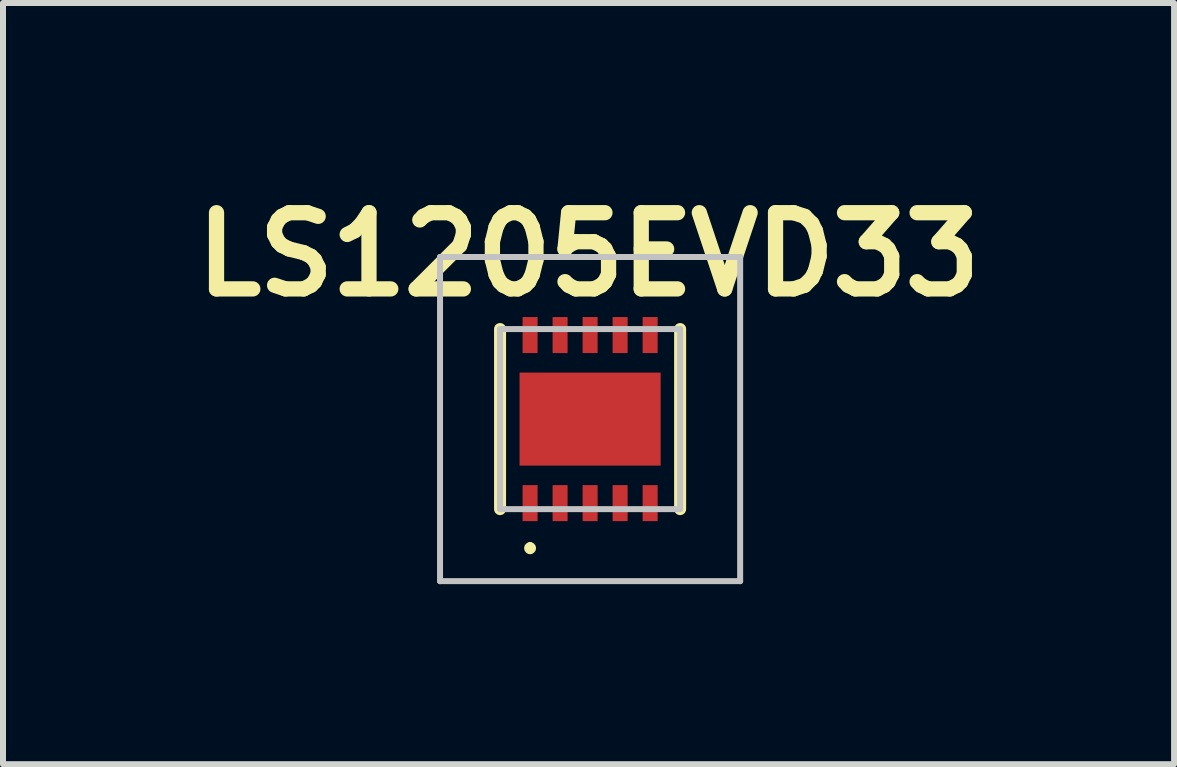
<source format=kicad_pcb>
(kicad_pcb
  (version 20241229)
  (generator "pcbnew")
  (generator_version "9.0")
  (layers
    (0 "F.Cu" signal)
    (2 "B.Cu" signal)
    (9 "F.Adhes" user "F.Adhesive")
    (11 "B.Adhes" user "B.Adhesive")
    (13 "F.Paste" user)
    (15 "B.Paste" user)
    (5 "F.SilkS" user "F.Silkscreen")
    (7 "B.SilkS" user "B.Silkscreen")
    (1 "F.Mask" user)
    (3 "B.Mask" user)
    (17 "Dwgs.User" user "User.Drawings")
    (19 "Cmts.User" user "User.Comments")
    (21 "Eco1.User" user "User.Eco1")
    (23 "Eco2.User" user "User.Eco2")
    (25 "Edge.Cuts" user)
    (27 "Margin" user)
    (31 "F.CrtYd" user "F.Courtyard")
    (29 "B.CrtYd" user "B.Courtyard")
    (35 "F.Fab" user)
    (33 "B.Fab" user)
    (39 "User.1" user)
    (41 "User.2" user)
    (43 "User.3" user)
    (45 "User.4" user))
  (footprint "LS1205EVD33"
    (layer "F.Cu")
    (at 6.781 3.932)
    (property "Reference" "LS1205EVD33" (at -0.025 -2.743 0) (layer "F.SilkS") (effects (font (size 1.27 1.27) (thickness 0.254))))
    (attr smd)
    (fp_line (start -1.5 -1.5) (end -1.5 1.5) (stroke (width 0.2) (type solid)) (layer "F.SilkS"))
    (fp_line (start -1 2.1) (end -1 2.1) (stroke (width 0.1) (type solid)) (layer "F.SilkS"))
    (fp_line (start -1 2.2) (end -1 2.2) (stroke (width 0.1) (type solid)) (layer "F.SilkS"))
    (fp_line (start 1.5 -1.5) (end 1.5 1.5) (stroke (width 0.2) (type solid)) (layer "F.SilkS"))
    (fp_arc (start -1 2.1) (mid -0.95 2.15) (end -1 2.2) (stroke (width 0.1) (type solid)) (layer "F.SilkS"))
    (fp_arc (start -1 2.2) (mid -1.05 2.15) (end -1 2.1) (stroke (width 0.1) (type solid)) (layer "F.SilkS"))
    (fp_line (start -2.5 -2.7) (end 2.5 -2.7) (stroke (width 0.1) (type solid)) (layer "Dwgs.User"))
    (fp_line (start -2.5 2.7) (end -2.5 -2.7) (stroke (width 0.1) (type solid)) (layer "Dwgs.User"))
    (fp_line (start -1.5 -1.5) (end 1.5 -1.5) (stroke (width 0.1) (type solid)) (layer "Dwgs.User"))
    (fp_line (start -1.5 1.5) (end -1.5 -1.5) (stroke (width 0.1) (type solid)) (layer "Dwgs.User"))
    (fp_line (start 1.5 -1.5) (end 1.5 1.5) (stroke (width 0.1) (type solid)) (layer "Dwgs.User"))
    (fp_line (start 1.5 1.5) (end -1.5 1.5) (stroke (width 0.1) (type solid)) (layer "Dwgs.User"))
    (fp_line (start 2.5 -2.7) (end 2.5 2.7) (stroke (width 0.1) (type solid)) (layer "Dwgs.User"))
    (fp_line (start 2.5 2.7) (end -2.5 2.7) (stroke (width 0.1) (type solid)) (layer "Dwgs.User"))
    (pad "1" smd rect (at -1 1.4) (size 0.25 0.6) (layers "F.Cu" "F.Mask" "F.Paste"))
    (pad "2" smd rect (at -0.5 1.4) (size 0.25 0.6) (layers "F.Cu" "F.Mask" "F.Paste"))
    (pad "3" smd rect (at 0 1.4) (size 0.25 0.6) (layers "F.Cu" "F.Mask" "F.Paste"))
    (pad "4" smd rect (at 0.5 1.4) (size 0.25 0.6) (layers "F.Cu" "F.Mask" "F.Paste"))
    (pad "5" smd rect (at 1 1.4) (size 0.25 0.6) (layers "F.Cu" "F.Mask" "F.Paste"))
    (pad "6" smd rect (at 1 -1.4) (size 0.25 0.6) (layers "F.Cu" "F.Mask" "F.Paste"))
    (pad "7" smd rect (at 0.5 -1.4) (size 0.25 0.6) (layers "F.Cu" "F.Mask" "F.Paste"))
    (pad "8" smd rect (at 0 -1.4) (size 0.25 0.6) (layers "F.Cu" "F.Mask" "F.Paste"))
    (pad "9" smd rect (at -0.5 -1.4) (size 0.25 0.6) (layers "F.Cu" "F.Mask" "F.Paste"))
    (pad "10" smd rect (at -1 -1.4) (size 0.25 0.6) (layers "F.Cu" "F.Mask" "F.Paste"))
    (pad "11" smd rect (at 0 0 90) (size 1.55 2.35) (layers "F.Cu" "F.Mask" "F.Paste")))
  (gr_rect
    (start -3 -3)
    (end 16.51 9.682)
    (stroke (width 0.1) (type default))
    (fill no)
    (layer "Edge.Cuts")))
</source>
